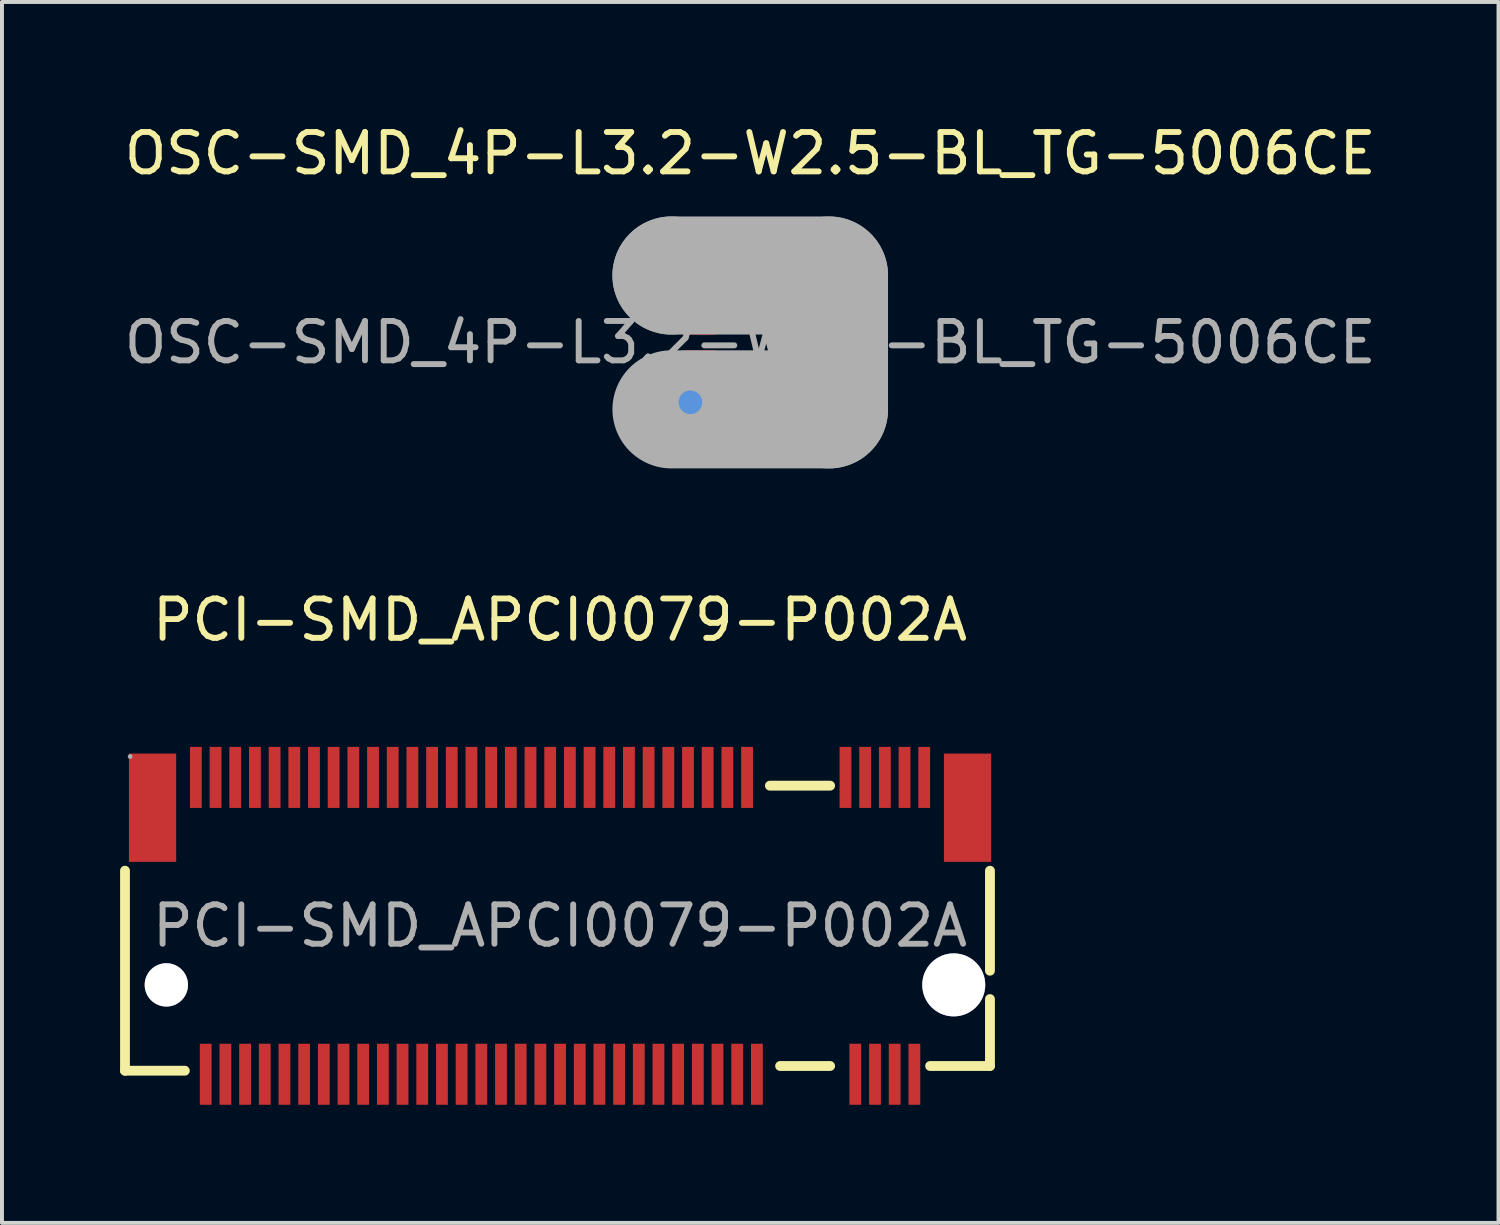
<source format=kicad_pcb>
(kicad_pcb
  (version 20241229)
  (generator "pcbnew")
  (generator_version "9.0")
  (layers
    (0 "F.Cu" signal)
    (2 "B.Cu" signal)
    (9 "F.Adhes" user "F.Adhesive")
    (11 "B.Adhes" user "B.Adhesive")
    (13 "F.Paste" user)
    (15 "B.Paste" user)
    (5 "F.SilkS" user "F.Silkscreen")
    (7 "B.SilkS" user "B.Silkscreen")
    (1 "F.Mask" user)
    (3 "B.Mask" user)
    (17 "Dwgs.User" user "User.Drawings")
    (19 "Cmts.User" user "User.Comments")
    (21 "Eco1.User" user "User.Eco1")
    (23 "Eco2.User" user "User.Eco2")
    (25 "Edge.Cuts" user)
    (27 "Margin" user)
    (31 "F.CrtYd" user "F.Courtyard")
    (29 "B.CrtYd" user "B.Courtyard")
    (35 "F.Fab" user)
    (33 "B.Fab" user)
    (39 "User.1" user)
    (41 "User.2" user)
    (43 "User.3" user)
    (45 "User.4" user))
  (footprint "OSC-SMD_4P-L3.2-W2.5-BL_TG-5006CE"
    (layer "F.Cu")
    (at 16.006 5.648)
    (property "Reference" "OSC-SMD_4P-L3.2-W2.5-BL_TG-5006CE" (at 0 -4.8 0) (layer "F.SilkS") (effects (font (size 1 1) (thickness 0.15))))
    (attr smd)
    (fp_arc (start -2.45 1.59) (mid -2.464995 1.89025) (end -2.460016 1.589667) (stroke (width 0.3) (type solid)) (layer "F.SilkS"))
    (fp_circle (center -1.52 1.52) (end -1.37 1.52) (stroke (width 0.3) (type solid)) (fill no) (layer "Cmts.User"))
    (fp_line (start -2 -1.7) (end -2 -1.7) (stroke (width 3) (type solid)) (layer "F.Fab"))
    (fp_line (start -2 -1.7) (end 2 -1.7) (stroke (width 3) (type solid)) (layer "F.Fab"))
    (fp_line (start 2 -1.7) (end 2 1.7) (stroke (width 3) (type solid)) (layer "F.Fab"))
    (fp_line (start 2 1.7) (end -2 1.7) (stroke (width 3) (type solid)) (layer "F.Fab"))
    (fp_circle (center -1.6 1.25) (end -1.57 1.25) (stroke (width 0.06) (type solid)) (fill no) (layer "F.Fab"))
    (fp_text user "${REFERENCE}" (at 0 0 0) (layer "F.Fab") (effects (font (size 1 1) (thickness 0.15))))
    (pad "1" smd rect (at -1.3 0.8) (size 0.85 1.2) (layers "F.Cu" "F.Mask" "F.Paste"))
    (pad "2" smd rect (at 1.3 0.8) (size 0.85 1.2) (layers "F.Cu" "F.Mask" "F.Paste"))
    (pad "3" smd rect (at 1.3 -0.8) (size 0.85 1.2) (layers "F.Cu" "F.Mask" "F.Paste"))
    (pad "4" smd rect (at -1.3 -0.8) (size 0.85 1.2) (layers "F.Cu" "F.Mask" "F.Paste")))
  (footprint "PCI-SMD_APCI0079-P002A"
    (layer "F.Cu")
    (at 11.175 20.466)
    (property "Reference" "PCI-SMD_APCI0079-P002A" (at 0 -7.77 0) (layer "F.SilkS") (effects (font (size 1 1) (thickness 0.15))))
    (attr smd)
    (fp_line (start -11.05 -1.4) (end -11.05 3.68) (stroke (width 0.25) (type solid)) (layer "F.SilkS"))
    (fp_line (start -11.05 3.68) (end -9.53 3.68) (stroke (width 0.25) (type solid)) (layer "F.SilkS"))
    (fp_line (start 5.33 -3.56) (end 6.86 -3.56) (stroke (width 0.25) (type solid)) (layer "F.SilkS"))
    (fp_line (start 5.59 3.56) (end 6.86 3.56) (stroke (width 0.25) (type solid)) (layer "F.SilkS"))
    (fp_line (start 9.4 3.56) (end 10.92 3.56) (stroke (width 0.25) (type solid)) (layer "F.SilkS"))
    (fp_line (start 10.92 1.14) (end 10.92 -1.4) (stroke (width 0.25) (type solid)) (layer "F.SilkS"))
    (fp_line (start 10.92 3.56) (end 10.92 1.86) (stroke (width 0.25) (type solid)) (layer "F.SilkS"))
    (fp_circle (center -10 1.5) (end -9.76 1.5) (stroke (width 0.48) (type solid)) (fill no) (layer "Cmts.User"))
    (fp_circle (center 10 1.5) (end 10.36 1.5) (stroke (width 0.72) (type solid)) (fill no) (layer "Cmts.User"))
    (fp_circle (center -10.92 -4.3) (end -10.89 -4.3) (stroke (width 0.06) (type solid)) (fill no) (layer "F.Fab"))
    (fp_text user "${REFERENCE}" (at 0 0 0) (layer "F.Fab") (effects (font (size 1 1) (thickness 0.15))))
    (pad "" thru_hole circle (at -10 1.5) (size 1.1 1.1) (drill 1.1) (layers "*.Cu" "*.Mask"))
    (pad "" thru_hole circle (at 10 1.5) (size 1.6 1.6) (drill 1.6) (layers "*.Cu" "*.Mask"))
    (pad "1" smd rect (at -9.25 -3.77) (size 0.3 1.55) (layers "F.Cu" "F.Mask" "F.Paste"))
    (pad "2" smd rect (at -9 3.77) (size 0.3 1.55) (layers "F.Cu" "F.Mask" "F.Paste"))
    (pad "3" smd rect (at -8.75 -3.77) (size 0.3 1.55) (layers "F.Cu" "F.Mask" "F.Paste"))
    (pad "4" smd rect (at -8.5 3.77) (size 0.3 1.55) (layers "F.Cu" "F.Mask" "F.Paste"))
    (pad "5" smd rect (at -8.25 -3.77) (size 0.3 1.55) (layers "F.Cu" "F.Mask" "F.Paste"))
    (pad "6" smd rect (at -8 3.77) (size 0.3 1.55) (layers "F.Cu" "F.Mask" "F.Paste"))
    (pad "7" smd rect (at -7.75 -3.77) (size 0.3 1.55) (layers "F.Cu" "F.Mask" "F.Paste"))
    (pad "8" smd rect (at -7.5 3.77) (size 0.3 1.55) (layers "F.Cu" "F.Mask" "F.Paste"))
    (pad "9" smd rect (at -7.25 -3.77) (size 0.3 1.55) (layers "F.Cu" "F.Mask" "F.Paste"))
    (pad "10" smd rect (at -7 3.77) (size 0.3 1.55) (layers "F.Cu" "F.Mask" "F.Paste"))
    (pad "11" smd rect (at -6.75 -3.77) (size 0.3 1.55) (layers "F.Cu" "F.Mask" "F.Paste"))
    (pad "12" smd rect (at -6.5 3.77) (size 0.3 1.55) (layers "F.Cu" "F.Mask" "F.Paste"))
    (pad "13" smd rect (at -6.25 -3.77) (size 0.3 1.55) (layers "F.Cu" "F.Mask" "F.Paste"))
    (pad "14" smd rect (at -6 3.77) (size 0.3 1.55) (layers "F.Cu" "F.Mask" "F.Paste"))
    (pad "15" smd rect (at -5.75 -3.77) (size 0.3 1.55) (layers "F.Cu" "F.Mask" "F.Paste"))
    (pad "16" smd rect (at -5.5 3.77) (size 0.3 1.55) (layers "F.Cu" "F.Mask" "F.Paste"))
    (pad "17" smd rect (at -5.25 -3.77) (size 0.3 1.55) (layers "F.Cu" "F.Mask" "F.Paste"))
    (pad "18" smd rect (at -5 3.77) (size 0.3 1.55) (layers "F.Cu" "F.Mask" "F.Paste"))
    (pad "19" smd rect (at -4.75 -3.77) (size 0.3 1.55) (layers "F.Cu" "F.Mask" "F.Paste"))
    (pad "20" smd rect (at -4.5 3.77) (size 0.3 1.55) (layers "F.Cu" "F.Mask" "F.Paste"))
    (pad "21" smd rect (at -4.25 -3.77) (size 0.3 1.55) (layers "F.Cu" "F.Mask" "F.Paste"))
    (pad "22" smd rect (at -4 3.77) (size 0.3 1.55) (layers "F.Cu" "F.Mask" "F.Paste"))
    (pad "23" smd rect (at -3.75 -3.77) (size 0.3 1.55) (layers "F.Cu" "F.Mask" "F.Paste"))
    (pad "24" smd rect (at -3.5 3.77) (size 0.3 1.55) (layers "F.Cu" "F.Mask" "F.Paste"))
    (pad "25" smd rect (at -3.25 -3.77) (size 0.3 1.55) (layers "F.Cu" "F.Mask" "F.Paste"))
    (pad "26" smd rect (at -3 3.77) (size 0.3 1.55) (layers "F.Cu" "F.Mask" "F.Paste"))
    (pad "27" smd rect (at -2.75 -3.77) (size 0.3 1.55) (layers "F.Cu" "F.Mask" "F.Paste"))
    (pad "28" smd rect (at -2.5 3.77) (size 0.3 1.55) (layers "F.Cu" "F.Mask" "F.Paste"))
    (pad "29" smd rect (at -2.25 -3.77) (size 0.3 1.55) (layers "F.Cu" "F.Mask" "F.Paste"))
    (pad "30" smd rect (at -2 3.77) (size 0.3 1.55) (layers "F.Cu" "F.Mask" "F.Paste"))
    (pad "31" smd rect (at -1.75 -3.77) (size 0.3 1.55) (layers "F.Cu" "F.Mask" "F.Paste"))
    (pad "32" smd rect (at -1.5 3.77) (size 0.3 1.55) (layers "F.Cu" "F.Mask" "F.Paste"))
    (pad "33" smd rect (at -1.25 -3.77) (size 0.3 1.55) (layers "F.Cu" "F.Mask" "F.Paste"))
    (pad "34" smd rect (at -1 3.77) (size 0.3 1.55) (layers "F.Cu" "F.Mask" "F.Paste"))
    (pad "35" smd rect (at -0.75 -3.77) (size 0.3 1.55) (layers "F.Cu" "F.Mask" "F.Paste"))
    (pad "36" smd rect (at -0.5 3.77) (size 0.3 1.55) (layers "F.Cu" "F.Mask" "F.Paste"))
    (pad "37" smd rect (at -0.25 -3.77) (size 0.3 1.55) (layers "F.Cu" "F.Mask" "F.Paste"))
    (pad "38" smd rect (at 0 3.77) (size 0.3 1.55) (layers "F.Cu" "F.Mask" "F.Paste"))
    (pad "39" smd rect (at 0.25 -3.77) (size 0.3 1.55) (layers "F.Cu" "F.Mask" "F.Paste"))
    (pad "40" smd rect (at 0.5 3.77) (size 0.3 1.55) (layers "F.Cu" "F.Mask" "F.Paste"))
    (pad "41" smd rect (at 0.75 -3.77) (size 0.3 1.55) (layers "F.Cu" "F.Mask" "F.Paste"))
    (pad "42" smd rect (at 1 3.77) (size 0.3 1.55) (layers "F.Cu" "F.Mask" "F.Paste"))
    (pad "43" smd rect (at 1.25 -3.77) (size 0.3 1.55) (layers "F.Cu" "F.Mask" "F.Paste"))
    (pad "44" smd rect (at 1.5 3.77) (size 0.3 1.55) (layers "F.Cu" "F.Mask" "F.Paste"))
    (pad "45" smd rect (at 1.75 -3.77) (size 0.3 1.55) (layers "F.Cu" "F.Mask" "F.Paste"))
    (pad "46" smd rect (at 2 3.77) (size 0.3 1.55) (layers "F.Cu" "F.Mask" "F.Paste"))
    (pad "47" smd rect (at 2.25 -3.77) (size 0.3 1.55) (layers "F.Cu" "F.Mask" "F.Paste"))
    (pad "48" smd rect (at 2.5 3.77) (size 0.3 1.55) (layers "F.Cu" "F.Mask" "F.Paste"))
    (pad "49" smd rect (at 2.75 -3.77) (size 0.3 1.55) (layers "F.Cu" "F.Mask" "F.Paste"))
    (pad "50" smd rect (at 3 3.77) (size 0.3 1.55) (layers "F.Cu" "F.Mask" "F.Paste"))
    (pad "51" smd rect (at 3.25 -3.77) (size 0.3 1.55) (layers "F.Cu" "F.Mask" "F.Paste"))
    (pad "52" smd rect (at 3.5 3.77) (size 0.3 1.55) (layers "F.Cu" "F.Mask" "F.Paste"))
    (pad "53" smd rect (at 3.75 -3.77) (size 0.3 1.55) (layers "F.Cu" "F.Mask" "F.Paste"))
    (pad "54" smd rect (at 4 3.77) (size 0.3 1.55) (layers "F.Cu" "F.Mask" "F.Paste"))
    (pad "55" smd rect (at 4.25 -3.77) (size 0.3 1.55) (layers "F.Cu" "F.Mask" "F.Paste"))
    (pad "56" smd rect (at 4.5 3.77) (size 0.3 1.55) (layers "F.Cu" "F.Mask" "F.Paste"))
    (pad "57" smd rect (at 4.75 -3.77) (size 0.3 1.55) (layers "F.Cu" "F.Mask" "F.Paste"))
    (pad "58" smd rect (at 5 3.77) (size 0.3 1.55) (layers "F.Cu" "F.Mask" "F.Paste"))
    (pad "67" smd rect (at 7.25 -3.77) (size 0.3 1.55) (layers "F.Cu" "F.Mask" "F.Paste"))
    (pad "68" smd rect (at 7.5 3.77) (size 0.3 1.55) (layers "F.Cu" "F.Mask" "F.Paste"))
    (pad "69" smd rect (at 7.75 -3.77) (size 0.3 1.55) (layers "F.Cu" "F.Mask" "F.Paste"))
    (pad "70" smd rect (at 8 3.77) (size 0.3 1.55) (layers "F.Cu" "F.Mask" "F.Paste"))
    (pad "71" smd rect (at 8.25 -3.77) (size 0.3 1.55) (layers "F.Cu" "F.Mask" "F.Paste"))
    (pad "72" smd rect (at 8.5 3.77) (size 0.3 1.55) (layers "F.Cu" "F.Mask" "F.Paste"))
    (pad "73" smd rect (at 8.75 -3.77) (size 0.3 1.55) (layers "F.Cu" "F.Mask" "F.Paste"))
    (pad "74" smd rect (at 9 3.77) (size 0.3 1.55) (layers "F.Cu" "F.Mask" "F.Paste"))
    (pad "75" smd rect (at 9.25 -3.77) (size 0.3 1.55) (layers "F.Cu" "F.Mask" "F.Paste"))
    (pad "76" smd rect (at -10.35 -3) (size 1.2 2.75) (layers "F.Cu" "F.Mask" "F.Paste"))
    (pad "76" smd rect (at 10.35 -3) (size 1.2 2.75) (layers "F.Cu" "F.Mask" "F.Paste")))
  (gr_rect
    (start -3 -3)
    (end 35.012 28.012)
    (stroke (width 0.1) (type default))
    (fill no)
    (layer "Edge.Cuts")))
</source>
